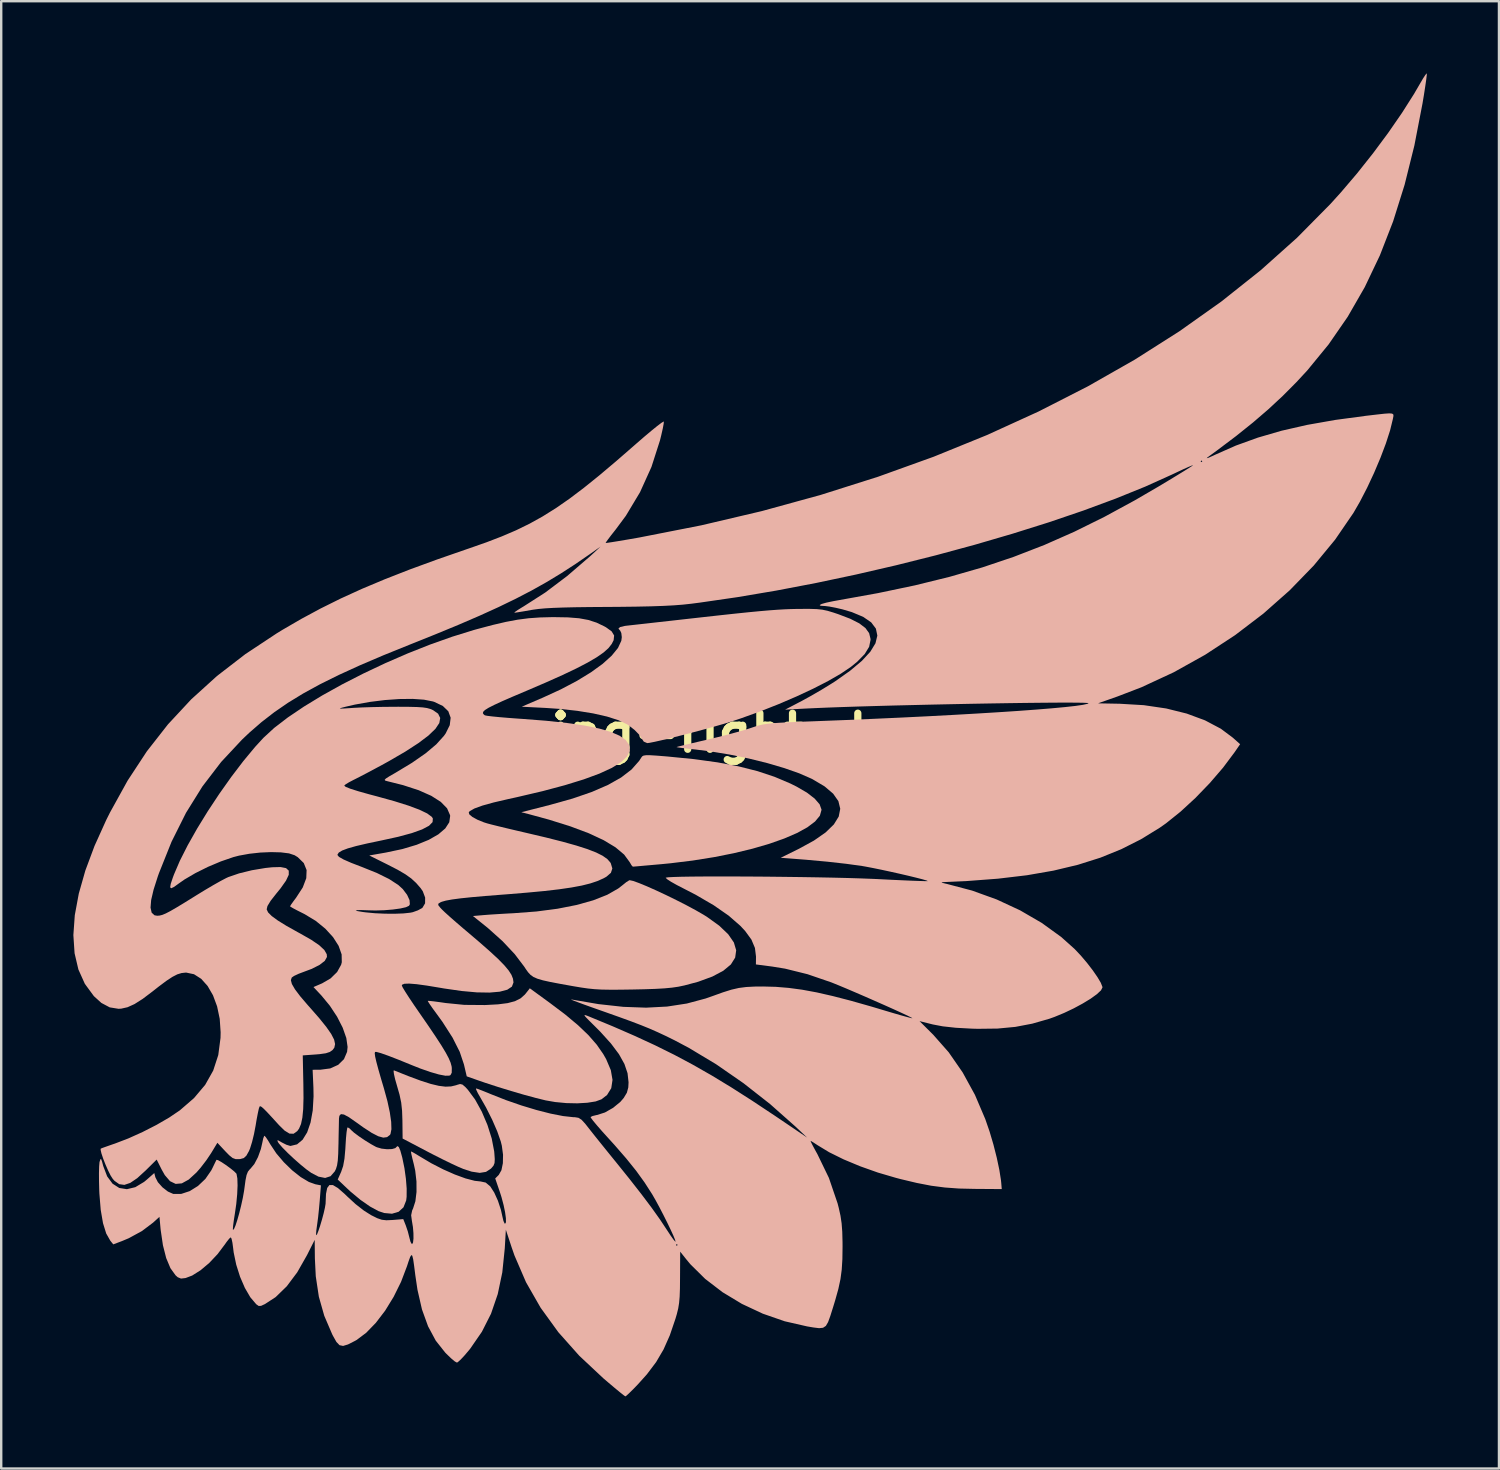
<source format=kicad_pcb>
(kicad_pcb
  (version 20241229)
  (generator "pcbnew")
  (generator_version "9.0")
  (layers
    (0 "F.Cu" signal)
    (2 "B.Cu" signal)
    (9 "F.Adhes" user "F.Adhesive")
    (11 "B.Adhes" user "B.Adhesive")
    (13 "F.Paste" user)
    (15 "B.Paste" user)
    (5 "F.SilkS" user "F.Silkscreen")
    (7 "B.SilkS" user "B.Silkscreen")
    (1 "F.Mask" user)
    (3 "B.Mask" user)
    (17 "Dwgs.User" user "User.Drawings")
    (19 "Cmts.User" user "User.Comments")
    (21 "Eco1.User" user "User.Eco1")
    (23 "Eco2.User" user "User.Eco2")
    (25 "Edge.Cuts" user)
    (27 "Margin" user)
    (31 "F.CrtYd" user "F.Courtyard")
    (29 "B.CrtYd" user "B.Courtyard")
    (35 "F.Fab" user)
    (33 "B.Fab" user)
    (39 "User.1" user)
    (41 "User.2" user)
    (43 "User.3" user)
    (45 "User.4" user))
  (footprint "wing-right-large"
    (layer "F.Cu")
    (at 28.146 27.42)
    (property "Reference" "wing-right-large" (at 0 0 0) (layer "F.SilkS") (effects (font (size 1.5 1.5) (thickness 0.3))))
    (attr board_only exclude_from_pos_files exclude_from_bom)
    (fp_poly (pts (xy -16.662 16.442) (xy -16.599 16.507) (xy -16.478 16.617) (xy -16.275 16.768) (xy -16.03 16.934) (xy -15.783 17.088) (xy -15.576 17.202) (xy -15.529 17.223) (xy -15.333 17.28) (xy -15.106 17.305) (xy -14.9 17.298) (xy -14.763 17.259) (xy -14.74 17.238) (xy -14.677 17.175) (xy -14.618 17.212) (xy -14.554 17.361) (xy -14.478 17.635) (xy -14.468 17.678) (xy -14.382 18.098) (xy -14.322 18.533) (xy -14.29 18.942) (xy -14.292 19.283) (xy -14.31 19.433) (xy -14.422 19.719) (xy -14.625 19.905) (xy -14.9 19.986) (xy -15.232 19.956) (xy -15.462 19.877) (xy -15.811 19.688) (xy -16.209 19.411) (xy -16.619 19.071) (xy -16.757 18.943) (xy -17.156 18.565) (xy -17.012 18.24) (xy -16.931 18.003) (xy -16.876 17.699) (xy -16.84 17.297) (xy -16.832 17.155) (xy -16.813 16.847) (xy -16.789 16.598) (xy -16.764 16.439) (xy -16.744 16.394)) (stroke (width 0) (type solid)) (fill yes) (layer "B.SilkS"))
    (fp_poly (pts (xy -14.205 14.271) (xy -13.7 14.458) (xy -13.288 14.59) (xy -12.952 14.67) (xy -12.676 14.704) (xy -12.443 14.694) (xy -12.237 14.645) (xy -12.194 14.629) (xy -12.071 14.594) (xy -11.971 14.617) (xy -11.853 14.717) (xy -11.745 14.835) (xy -11.446 15.239) (xy -11.169 15.74) (xy -10.933 16.294) (xy -10.755 16.858) (xy -10.653 17.388) (xy -10.646 17.46) (xy -10.628 17.717) (xy -10.637 17.879) (xy -10.682 17.991) (xy -10.774 18.097) (xy -10.787 18.111) (xy -10.992 18.246) (xy -11.253 18.288) (xy -11.589 18.237) (xy -11.926 18.128) (xy -12.135 18.04) (xy -12.435 17.901) (xy -12.794 17.726) (xy -13.18 17.531) (xy -13.404 17.415) (xy -14.459 16.861) (xy -14.467 16.117) (xy -14.481 15.706) (xy -14.517 15.368) (xy -14.587 15.035) (xy -14.688 14.683) (xy -14.77 14.396) (xy -14.82 14.176) (xy -14.835 14.048) (xy -14.82 14.026)) (stroke (width 0) (type solid)) (fill yes) (layer "B.SilkS"))
    (fp_poly (pts (xy -8.332 11.227) (xy -7.691 11.711) (xy -7.164 12.152) (xy -6.735 12.562) (xy -6.391 12.956) (xy -6.118 13.349) (xy -5.997 13.561) (xy -5.803 14.018) (xy -5.733 14.422) (xy -5.785 14.767) (xy -5.96 15.05) (xy -6.192 15.23) (xy -6.434 15.318) (xy -6.78 15.373) (xy -7.198 15.397) (xy -7.654 15.387) (xy -8.117 15.343) (xy -8.514 15.274) (xy -8.913 15.176) (xy -9.404 15.043) (xy -9.946 14.885) (xy -10.498 14.715) (xy -11.018 14.546) (xy -11.297 14.45) (xy -11.793 14.275) (xy -11.91 13.777) (xy -12.086 13.253) (xy -12.384 12.664) (xy -12.8 12.014) (xy -13.023 11.706) (xy -13.196 11.471) (xy -13.328 11.282) (xy -13.403 11.164) (xy -13.413 11.138) (xy -13.339 11.139) (xy -13.156 11.159) (xy -12.894 11.194) (xy -12.659 11.228) (xy -11.894 11.304) (xy -11.04 11.311) (xy -11.011 11.31) (xy -10.493 11.282) (xy -10.093 11.231) (xy -9.789 11.151) (xy -9.558 11.035) (xy -9.379 10.877) (xy -9.334 10.823) (xy -9.171 10.615)) (stroke (width 0) (type solid)) (fill yes) (layer "B.SilkS"))
    (fp_poly (pts (xy -4.163 0.926) (xy -3.901 0.942) (xy -3.526 0.972) (xy -3.444 0.979) (xy -2.343 1.088) (xy -1.364 1.223) (xy -0.49 1.389) (xy 0.293 1.587) (xy 1.003 1.823) (xy 1.657 2.1) (xy 1.913 2.227) (xy 2.347 2.479) (xy 2.671 2.729) (xy 2.877 2.967) (xy 2.955 3.185) (xy 2.955 3.201) (xy 2.887 3.44) (xy 2.687 3.681) (xy 2.368 3.922) (xy 1.938 4.159) (xy 1.407 4.388) (xy 0.787 4.607) (xy 0.086 4.811) (xy -0.686 4.998) (xy -1.517 5.163) (xy -2.399 5.304) (xy -3.32 5.417) (xy -3.677 5.452) (xy -4.069 5.487) (xy -4.41 5.517) (xy -4.676 5.541) (xy -4.843 5.555) (xy -4.889 5.558) (xy -4.941 5.503) (xy -5.02 5.37) (xy -5.023 5.365) (xy -5.25 5.056) (xy -5.608 4.755) (xy -6.097 4.46) (xy -6.719 4.17) (xy -7.478 3.885) (xy -8.373 3.604) (xy -9.212 3.375) (xy -9.524 3.295) (xy -8.333 2.991) (xy -7.395 2.728) (xy -6.593 2.452) (xy -5.92 2.16) (xy -5.372 1.85) (xy -4.942 1.519) (xy -4.627 1.163) (xy -4.535 1.021) (xy -4.498 0.972) (xy -4.439 0.94) (xy -4.335 0.925)) (stroke (width 0) (type solid)) (fill yes) (layer "B.SilkS"))
    (fp_poly (pts (xy -4.872 6.153) (xy -4.626 6.242) (xy -4.301 6.376) (xy -3.919 6.546) (xy -3.504 6.74) (xy -3.078 6.949) (xy -2.663 7.16) (xy -2.282 7.365) (xy -1.958 7.551) (xy -1.811 7.642) (xy -1.297 8.012) (xy -0.923 8.369) (xy -0.688 8.71) (xy -0.592 9.034) (xy -0.634 9.339) (xy -0.813 9.624) (xy -1.13 9.887) (xy -1.583 10.127) (xy -2.172 10.343) (xy -2.744 10.496) (xy -2.991 10.548) (xy -3.257 10.587) (xy -3.567 10.617) (xy -3.947 10.639) (xy -4.422 10.655) (xy -4.89 10.665) (xy -5.422 10.673) (xy -5.844 10.674) (xy -6.186 10.668) (xy -6.481 10.651) (xy -6.757 10.623) (xy -7.046 10.581) (xy -7.379 10.525) (xy -7.39 10.523) (xy -7.914 10.429) (xy -8.319 10.352) (xy -8.625 10.284) (xy -8.851 10.218) (xy -9.016 10.146) (xy -9.139 10.059) (xy -9.241 9.95) (xy -9.34 9.812) (xy -9.404 9.714) (xy -9.796 9.197) (xy -10.3 8.66) (xy -10.895 8.126) (xy -11.027 8.018) (xy -11.535 7.61) (xy -11.097 7.572) (xy -10.84 7.552) (xy -10.494 7.53) (xy -10.111 7.507) (xy -9.854 7.494) (xy -8.897 7.422) (xy -8.017 7.307) (xy -7.226 7.151) (xy -6.535 6.957) (xy -5.954 6.728) (xy -5.496 6.467) (xy -5.323 6.333) (xy -5.165 6.205) (xy -5.046 6.13) (xy -5.018 6.121)) (stroke (width 0) (type solid)) (fill yes) (layer "B.SilkS"))
    (fp_poly (pts (xy 2.754 -5.149) (xy 2.987 -5.125) (xy 3.204 -5.079) (xy 3.447 -5.006) (xy 3.65 -4.938) (xy 4.153 -4.746) (xy 4.526 -4.556) (xy 4.783 -4.36) (xy 4.935 -4.148) (xy 4.993 -3.911) (xy 4.994 -3.869) (xy 4.935 -3.581) (xy 4.75 -3.279) (xy 4.435 -2.957) (xy 4.174 -2.745) (xy 3.76 -2.465) (xy 3.231 -2.16) (xy 2.609 -1.841) (xy 1.913 -1.516) (xy 1.167 -1.196) (xy 0.39 -0.889) (xy -0.395 -0.607) (xy -0.811 -0.469) (xy -1.123 -0.374) (xy -1.506 -0.264) (xy -1.936 -0.145) (xy -2.39 -0.024) (xy -2.845 0.094) (xy -3.277 0.203) (xy -3.662 0.296) (xy -3.976 0.367) (xy -4.198 0.411) (xy -4.291 0.422) (xy -4.434 0.36) (xy -4.498 0.264) (xy -4.615 0.082) (xy -4.818 -0.126) (xy -5.068 -0.32) (xy -5.136 -0.363) (xy -5.489 -0.531) (xy -5.962 -0.682) (xy -6.539 -0.813) (xy -7.199 -0.92) (xy -7.924 -1) (xy -8.508 -1.04) (xy -9.507 -1.091) (xy -8.632 -1.467) (xy -7.879 -1.813) (xy -7.208 -2.167) (xy -6.626 -2.523) (xy -6.143 -2.873) (xy -5.767 -3.213) (xy -5.505 -3.534) (xy -5.367 -3.832) (xy -5.347 -3.982) (xy -5.367 -4.153) (xy -5.414 -4.254) (xy -5.418 -4.257) (xy -5.488 -4.336) (xy -5.421 -4.401) (xy -5.217 -4.45) (xy -5.119 -4.462) (xy -4.949 -4.481) (xy -4.662 -4.513) (xy -4.282 -4.555) (xy -3.832 -4.606) (xy -3.335 -4.661) (xy -2.885 -4.712) (xy -2.01 -4.81) (xy -1.261 -4.893) (xy -0.624 -4.962) (xy -0.082 -5.018) (xy 0.377 -5.062) (xy 0.767 -5.096) (xy 1.105 -5.121) (xy 1.402 -5.139) (xy 1.675 -5.15) (xy 1.937 -5.156) (xy 2.076 -5.157) (xy 2.464 -5.158)) (stroke (width 0) (type solid)) (fill yes) (layer "B.SilkS"))
    (fp_poly (pts (xy -7.589 -4.805) (xy -7.124 -4.768) (xy -6.737 -4.697) (xy -6.396 -4.586) (xy -6.071 -4.43) (xy -6.003 -4.392) (xy -5.769 -4.223) (xy -5.666 -4.052) (xy -5.686 -3.857) (xy -5.767 -3.698) (xy -5.903 -3.525) (xy -6.109 -3.342) (xy -6.394 -3.144) (xy -6.766 -2.926) (xy -7.236 -2.682) (xy -7.811 -2.408) (xy -8.502 -2.099) (xy -9.312 -1.751) (xy -9.874 -1.513) (xy -10.317 -1.32) (xy -10.65 -1.166) (xy -10.887 -1.046) (xy -11.037 -0.952) (xy -11.111 -0.877) (xy -11.121 -0.816) (xy -11.078 -0.761) (xy -11.036 -0.732) (xy -10.944 -0.713) (xy -10.734 -0.687) (xy -10.428 -0.657) (xy -10.048 -0.625) (xy -9.617 -0.593) (xy -9.506 -0.586) (xy -8.501 -0.508) (xy -7.633 -0.415) (xy -6.896 -0.308) (xy -6.286 -0.184) (xy -5.801 -0.043) (xy -5.434 0.117) (xy -5.183 0.295) (xy -5.043 0.494) (xy -5.034 0.517) (xy -5.018 0.749) (xy -5.132 0.982) (xy -5.38 1.216) (xy -5.76 1.452) (xy -6.275 1.689) (xy -6.926 1.929) (xy -7.714 2.172) (xy -8.64 2.419) (xy -9.706 2.669) (xy -10.061 2.747) (xy -10.673 2.889) (xy -11.144 3.02) (xy -11.476 3.141) (xy -11.669 3.252) (xy -11.709 3.298) (xy -11.688 3.383) (xy -11.558 3.492) (xy -11.346 3.608) (xy -11.077 3.717) (xy -10.941 3.76) (xy -10.757 3.809) (xy -10.466 3.881) (xy -10.098 3.97) (xy -9.683 4.068) (xy -9.323 4.152) (xy -8.502 4.345) (xy -7.811 4.52) (xy -7.239 4.68) (xy -6.777 4.828) (xy -6.414 4.969) (xy -6.142 5.106) (xy -5.949 5.242) (xy -5.826 5.382) (xy -5.803 5.422) (xy -5.74 5.635) (xy -5.8 5.815) (xy -5.989 5.978) (xy -6.108 6.044) (xy -6.359 6.156) (xy -6.655 6.255) (xy -7.01 6.344) (xy -7.438 6.424) (xy -7.95 6.499) (xy -8.561 6.57) (xy -9.283 6.638) (xy -10.131 6.708) (xy -10.308 6.721) (xy -11.016 6.777) (xy -11.595 6.828) (xy -12.055 6.876) (xy -12.407 6.923) (xy -12.663 6.97) (xy -12.832 7.018) (xy -12.889 7.043) (xy -12.973 7.097) (xy -12.978 7.156) (xy -12.897 7.26) (xy -12.83 7.332) (xy -12.706 7.452) (xy -12.498 7.64) (xy -12.231 7.874) (xy -11.93 8.133) (xy -11.785 8.255) (xy -11.254 8.707) (xy -10.825 9.084) (xy -10.488 9.396) (xy -10.234 9.655) (xy -10.053 9.871) (xy -9.935 10.054) (xy -9.871 10.216) (xy -9.85 10.366) (xy -9.85 10.373) (xy -9.916 10.546) (xy -10.108 10.674) (xy -10.42 10.756) (xy -10.845 10.793) (xy -11.376 10.784) (xy -12.006 10.727) (xy -12.729 10.623) (xy -12.891 10.595) (xy -13.447 10.503) (xy -13.875 10.444) (xy -14.184 10.419) (xy -14.382 10.426) (xy -14.479 10.465) (xy -14.492 10.501) (xy -14.453 10.585) (xy -14.345 10.763) (xy -14.182 11.016) (xy -13.977 11.322) (xy -13.779 11.609) (xy -13.394 12.166) (xy -13.086 12.622) (xy -12.846 12.991) (xy -12.668 13.286) (xy -12.543 13.52) (xy -12.464 13.706) (xy -12.423 13.857) (xy -12.414 13.928) (xy -12.417 14.125) (xy -12.469 14.223) (xy -12.515 14.245) (xy -12.681 14.249) (xy -12.953 14.197) (xy -13.307 14.095) (xy -13.724 13.949) (xy -14.051 13.819) (xy -14.613 13.59) (xy -15.051 13.42) (xy -15.363 13.31) (xy -15.549 13.259) (xy -15.606 13.261) (xy -15.618 13.319) (xy -15.601 13.451) (xy -15.551 13.67) (xy -15.466 13.989) (xy -15.342 14.42) (xy -15.236 14.776) (xy -15.092 15.302) (xy -14.991 15.771) (xy -14.934 16.168) (xy -14.924 16.474) (xy -14.963 16.672) (xy -14.986 16.71) (xy -15.105 16.802) (xy -15.262 16.823) (xy -15.469 16.766) (xy -15.74 16.627) (xy -16.09 16.399) (xy -16.403 16.175) (xy -16.694 15.972) (xy -16.896 15.863) (xy -17.023 15.845) (xy -17.087 15.915) (xy -17.104 16.025) (xy -17.107 16.168) (xy -17.112 16.418) (xy -17.119 16.739) (xy -17.125 17.096) (xy -17.126 17.104) (xy -17.136 17.496) (xy -17.154 17.776) (xy -17.184 17.976) (xy -17.229 18.124) (xy -17.281 18.229) (xy -17.456 18.427) (xy -17.679 18.499) (xy -17.957 18.444) (xy -18.256 18.288) (xy -18.457 18.144) (xy -18.705 17.941) (xy -18.971 17.707) (xy -19.227 17.467) (xy -19.445 17.247) (xy -19.596 17.074) (xy -19.64 17.009) (xy -19.669 16.938) (xy -19.628 16.939) (xy -19.494 17.015) (xy -19.475 17.026) (xy -19.29 17.119) (xy -19.136 17.166) (xy -19.117 17.168) (xy -18.847 17.102) (xy -18.616 16.91) (xy -18.427 16.604) (xy -18.286 16.195) (xy -18.195 15.692) (xy -18.161 15.108) (xy -18.167 14.74) (xy -18.2 14.002) (xy -17.878 14) (xy -17.468 13.946) (xy -17.136 13.796) (xy -16.897 13.561) (xy -16.767 13.256) (xy -16.746 13.054) (xy -16.799 12.682) (xy -16.949 12.254) (xy -17.182 11.797) (xy -17.483 11.341) (xy -17.836 10.913) (xy -17.845 10.904) (xy -18.164 10.563) (xy -17.806 10.409) (xy -17.453 10.204) (xy -17.181 9.937) (xy -17.015 9.637) (xy -16.987 9.532) (xy -16.994 9.205) (xy -17.119 8.851) (xy -17.35 8.489) (xy -17.672 8.137) (xy -18.07 7.812) (xy -18.53 7.534) (xy -18.593 7.502) (xy -18.838 7.379) (xy -19.026 7.279) (xy -19.128 7.217) (xy -19.138 7.206) (xy -19.099 7.14) (xy -18.997 6.996) (xy -18.889 6.852) (xy -18.61 6.423) (xy -18.464 6.038) (xy -18.45 5.7) (xy -18.568 5.408) (xy -18.818 5.164) (xy -18.951 5.082) (xy -18.979 5.073) (xy -17.168 5.073) (xy -17.105 5.151) (xy -16.916 5.259) (xy -16.597 5.399) (xy -16.174 5.562) (xy -15.531 5.82) (xy -15.019 6.073) (xy -14.64 6.319) (xy -14.453 6.489) (xy -14.273 6.728) (xy -14.171 6.948) (xy -14.158 7.121) (xy -14.193 7.185) (xy -14.319 7.244) (xy -14.554 7.297) (xy -14.864 7.34) (xy -15.218 7.369) (xy -15.584 7.38) (xy -15.844 7.374) (xy -16.165 7.363) (xy -16.354 7.365) (xy -16.41 7.38) (xy -16.331 7.406) (xy -16.115 7.442) (xy -15.992 7.458) (xy -15.613 7.494) (xy -15.199 7.513) (xy -14.788 7.516) (xy -14.42 7.502) (xy -14.134 7.471) (xy -14.037 7.451) (xy -13.825 7.375) (xy -13.657 7.284) (xy -13.632 7.264) (xy -13.525 7.082) (xy -13.522 6.844) (xy -13.619 6.584) (xy -13.708 6.453) (xy -13.897 6.236) (xy -14.1 6.049) (xy -14.347 5.873) (xy -14.667 5.686) (xy -15.089 5.469) (xy -15.845 5.093) (xy -15.151 4.971) (xy -14.47 4.827) (xy -13.875 4.649) (xy -13.372 4.443) (xy -12.973 4.215) (xy -12.685 3.969) (xy -12.519 3.712) (xy -12.482 3.448) (xy -12.488 3.414) (xy -12.611 3.132) (xy -12.872 2.865) (xy -13.266 2.614) (xy -13.79 2.381) (xy -14.441 2.169) (xy -15.087 2.007) (xy -15.179 1.982) (xy -15.206 1.949) (xy -15.153 1.893) (xy -15.005 1.799) (xy -14.763 1.66) (xy -14.065 1.238) (xy -13.499 0.844) (xy -13.06 0.474) (xy -12.742 0.122) (xy -12.67 0.021) (xy -12.499 -0.324) (xy -12.462 -0.633) (xy -12.559 -0.901) (xy -12.787 -1.122) (xy -13.145 -1.292) (xy -13.201 -1.31) (xy -13.568 -1.383) (xy -14.041 -1.416) (xy -14.593 -1.41) (xy -15.196 -1.368) (xy -15.822 -1.29) (xy -16.443 -1.179) (xy -16.816 -1.093) (xy -16.986 -1.049) (xy -17.067 -1.023) (xy -17.047 -1.012) (xy -16.914 -1.016) (xy -16.658 -1.032) (xy -16.499 -1.043) (xy -16.172 -1.06) (xy -15.751 -1.074) (xy -15.281 -1.084) (xy -14.81 -1.088) (xy -14.635 -1.089) (xy -14.19 -1.086) (xy -13.86 -1.078) (xy -13.619 -1.062) (xy -13.444 -1.036) (xy -13.307 -0.997) (xy -13.193 -0.948) (xy -12.983 -0.801) (xy -12.896 -0.623) (xy -12.933 -0.414) (xy -13.095 -0.171) (xy -13.384 0.107) (xy -13.802 0.422) (xy -14.349 0.777) (xy -15.029 1.172) (xy -15.233 1.285) (xy -15.587 1.476) (xy -15.937 1.663) (xy -16.244 1.823) (xy -16.47 1.938) (xy -16.482 1.943) (xy -16.69 2.052) (xy -16.836 2.142) (xy -16.886 2.19) (xy -16.823 2.242) (xy -16.633 2.318) (xy -16.311 2.42) (xy -15.857 2.548) (xy -15.514 2.639) (xy -14.803 2.836) (xy -14.218 3.02) (xy -13.762 3.19) (xy -13.437 3.346) (xy -13.247 3.486) (xy -13.202 3.554) (xy -13.213 3.706) (xy -13.361 3.858) (xy -13.648 4.01) (xy -14.075 4.163) (xy -14.64 4.316) (xy -15.339 4.469) (xy -15.929 4.593) (xy -16.391 4.701) (xy -16.735 4.798) (xy -16.972 4.887) (xy -17.112 4.972) (xy -17.166 5.056) (xy -17.168 5.073) (xy -18.979 5.073) (xy -19.182 5.006) (xy -19.518 4.964) (xy -19.927 4.953) (xy -20.374 4.972) (xy -20.83 5.022) (xy -21.26 5.1) (xy -21.495 5.161) (xy -22.014 5.34) (xy -22.554 5.568) (xy -23.072 5.826) (xy -23.525 6.091) (xy -23.764 6.258) (xy -23.96 6.4) (xy -24.078 6.456) (xy -24.122 6.417) (xy -24.098 6.272) (xy -24.011 6.011) (xy -23.961 5.877) (xy -23.718 5.311) (xy -23.393 4.669) (xy -23.001 3.975) (xy -22.558 3.254) (xy -22.079 2.53) (xy -21.581 1.827) (xy -21.08 1.169) (xy -20.592 0.581) (xy -20.245 0.203) (xy -19.798 -0.209) (xy -19.23 -0.645) (xy -18.56 -1.097) (xy -17.803 -1.558) (xy -16.977 -2.017) (xy -16.098 -2.467) (xy -15.182 -2.9) (xy -14.248 -3.306) (xy -13.311 -3.677) (xy -12.388 -4.004) (xy -11.497 -4.28) (xy -11.357 -4.319) (xy -10.711 -4.49) (xy -10.162 -4.618) (xy -9.675 -4.709) (xy -9.216 -4.769) (xy -8.749 -4.802) (xy -8.24 -4.815) (xy -8.162 -4.815)) (stroke (width 0) (type solid)) (fill yes) (layer "B.SilkS"))
    (fp_poly (pts (xy 28.118 -27.42) (xy 28.116 -27.345) (xy 28.093 -27.154) (xy 28.052 -26.87) (xy 27.997 -26.515) (xy 27.939 -26.167) (xy 27.601 -24.419) (xy 27.195 -22.788) (xy 26.718 -21.268) (xy 26.167 -19.852) (xy 25.538 -18.532) (xy 24.829 -17.3) (xy 24.035 -16.151) (xy 23.154 -15.076) (xy 22.698 -14.583) (xy 22.126 -14.008) (xy 21.533 -13.457) (xy 20.896 -12.909) (xy 20.193 -12.345) (xy 19.399 -11.746) (xy 18.993 -11.45) (xy 18.969 -11.42) (xy 19.053 -11.446) (xy 19.229 -11.523) (xy 19.314 -11.564) (xy 20.181 -11.947) (xy 21.097 -12.278) (xy 22.08 -12.564) (xy 23.146 -12.807) (xy 24.314 -13.013) (xy 25.601 -13.186) (xy 25.646 -13.191) (xy 26.065 -13.24) (xy 26.363 -13.273) (xy 26.559 -13.286) (xy 26.673 -13.277) (xy 26.724 -13.244) (xy 26.732 -13.182) (xy 26.715 -13.09) (xy 26.703 -13.034) (xy 26.592 -12.579) (xy 26.417 -12.036) (xy 26.191 -11.438) (xy 25.927 -10.814) (xy 25.638 -10.195) (xy 25.337 -9.613) (xy 25.068 -9.147) (xy 24.305 -8.034) (xy 23.418 -6.959) (xy 22.421 -5.932) (xy 21.327 -4.964) (xy 20.15 -4.067) (xy 18.903 -3.25) (xy 17.601 -2.524) (xy 16.257 -1.9) (xy 15.263 -1.518) (xy 14.449 -1.231) (xy 15.358 -1.214) (xy 16.354 -1.155) (xy 17.285 -1.018) (xy 18.137 -0.806) (xy 18.898 -0.524) (xy 19.556 -0.176) (xy 20.051 0.194) (xy 20.358 0.467) (xy 20.126 0.804) (xy 19.65 1.44) (xy 19.096 2.084) (xy 18.496 2.705) (xy 17.879 3.273) (xy 17.276 3.757) (xy 17.013 3.942) (xy 16.236 4.419) (xy 15.418 4.832) (xy 14.548 5.185) (xy 13.612 5.481) (xy 12.599 5.723) (xy 11.497 5.915) (xy 10.291 6.058) (xy 8.972 6.158) (xy 8.057 6.199) (xy 7.951 6.208) (xy 7.964 6.227) (xy 8.103 6.262) (xy 8.162 6.275) (xy 9.214 6.552) (xy 10.238 6.922) (xy 11.211 7.374) (xy 12.111 7.897) (xy 12.916 8.479) (xy 13.475 8.979) (xy 13.735 9.254) (xy 13.993 9.558) (xy 14.229 9.864) (xy 14.426 10.149) (xy 14.567 10.387) (xy 14.632 10.554) (xy 14.635 10.58) (xy 14.573 10.701) (xy 14.401 10.861) (xy 14.142 11.048) (xy 13.815 11.247) (xy 13.443 11.448) (xy 13.046 11.637) (xy 12.647 11.802) (xy 12.425 11.882) (xy 11.716 12.085) (xy 11.012 12.219) (xy 10.272 12.289) (xy 9.454 12.299) (xy 9.219 12.293) (xy 8.542 12.256) (xy 7.994 12.196) (xy 7.579 12.117) (xy 7.03 11.979) (xy 7.602 12.548) (xy 8.242 13.274) (xy 8.823 14.113) (xy 9.334 15.045) (xy 9.763 16.051) (xy 9.942 16.57) (xy 10.102 17.11) (xy 10.24 17.655) (xy 10.348 18.164) (xy 10.416 18.596) (xy 10.428 18.716) (xy 10.448 18.962) (xy 9.323 18.954) (xy 8.67 18.939) (xy 8.082 18.896) (xy 7.513 18.822) (xy 6.918 18.707) (xy 6.25 18.548) (xy 6.052 18.496) (xy 5.296 18.274) (xy 4.561 18.013) (xy 3.877 17.728) (xy 3.274 17.43) (xy 2.794 17.139) (xy 2.629 17.031) (xy 2.52 16.965) (xy 2.5 16.957) (xy 2.52 17.013) (xy 2.596 17.164) (xy 2.714 17.383) (xy 2.781 17.502) (xy 3.263 18.498) (xy 3.623 19.554) (xy 3.673 19.747) (xy 3.744 20.068) (xy 3.791 20.384) (xy 3.818 20.736) (xy 3.829 21.17) (xy 3.83 21.354) (xy 3.823 21.873) (xy 3.796 22.308) (xy 3.743 22.706) (xy 3.655 23.115) (xy 3.525 23.582) (xy 3.439 23.864) (xy 3.322 24.235) (xy 3.229 24.491) (xy 3.137 24.649) (xy 3.02 24.727) (xy 2.856 24.744) (xy 2.621 24.715) (xy 2.355 24.67) (xy 1.424 24.457) (xy 0.514 24.141) (xy -0.355 23.734) (xy -1.16 23.248) (xy -1.881 22.695) (xy -2.495 22.088) (xy -2.668 21.88) (xy -2.92 21.562) (xy -2.926 22.654) (xy -2.93 23.095) (xy -2.942 23.43) (xy -2.965 23.695) (xy -3.002 23.925) (xy -3.059 24.157) (xy -3.117 24.354) (xy -3.351 25.042) (xy -3.612 25.629) (xy -3.921 26.155) (xy -4.301 26.659) (xy -4.67 27.071) (xy -4.878 27.286) (xy -5.051 27.456) (xy -5.165 27.559) (xy -5.198 27.58) (xy -5.263 27.536) (xy -5.416 27.415) (xy -5.638 27.232) (xy -5.909 27.003) (xy -6.113 26.829) (xy -7.116 25.889) (xy -7.985 24.912) (xy -8.722 23.894) (xy -9.329 22.834) (xy -9.807 21.726) (xy -9.93 21.373) (xy -9.959 21.284) (xy -3.096 21.284) (xy -3.061 21.319) (xy -3.025 21.284) (xy -3.061 21.249) (xy -3.096 21.284) (xy -9.959 21.284) (xy -10.167 20.651) (xy -10.212 21.427) (xy -10.315 22.427) (xy -10.504 23.327) (xy -10.784 24.144) (xy -11.163 24.893) (xy -11.644 25.59) (xy -11.682 25.638) (xy -11.875 25.867) (xy -12.043 26.047) (xy -12.163 26.155) (xy -12.202 26.174) (xy -12.29 26.126) (xy -12.443 25.998) (xy -12.632 25.816) (xy -12.691 25.755) (xy -13.082 25.261) (xy -13.401 24.666) (xy -13.654 23.965) (xy -13.841 23.149) (xy -13.93 22.55) (xy -13.981 22.148) (xy -14.02 21.878) (xy -14.057 21.733) (xy -14.097 21.705) (xy -14.146 21.787) (xy -14.213 21.971) (xy -14.277 22.168) (xy -14.524 22.818) (xy -14.832 23.441) (xy -15.186 24.017) (xy -15.572 24.522) (xy -15.973 24.936) (xy -16.374 25.236) (xy -16.44 25.273) (xy -16.729 25.42) (xy -16.933 25.482) (xy -17.082 25.451) (xy -17.211 25.316) (xy -17.35 25.069) (xy -17.385 25.001) (xy -17.716 24.229) (xy -17.941 23.435) (xy -18.069 22.587) (xy -18.106 21.847) (xy -18.114 21.073) (xy -18.433 21.707) (xy -18.839 22.421) (xy -19.275 23.003) (xy -19.737 23.452) (xy -20.182 23.742) (xy -20.343 23.816) (xy -20.441 23.821) (xy -20.535 23.756) (xy -20.551 23.741) (xy -20.79 23.459) (xy -21.017 23.069) (xy -21.217 22.606) (xy -21.376 22.103) (xy -21.482 21.595) (xy -21.502 21.43) (xy -21.533 21.196) (xy -21.569 21.029) (xy -21.601 20.967) (xy -21.666 21.021) (xy -21.775 21.158) (xy -21.845 21.258) (xy -22.152 21.666) (xy -22.498 22.033) (xy -22.859 22.337) (xy -23.207 22.556) (xy -23.482 22.66) (xy -23.671 22.682) (xy -23.808 22.626) (xy -23.898 22.546) (xy -24.111 22.25) (xy -24.287 21.83) (xy -24.423 21.296) (xy -24.516 20.662) (xy -24.523 20.595) (xy -24.567 20.117) (xy -24.834 20.358) (xy -25.295 20.706) (xy -25.842 21.004) (xy -26.12 21.121) (xy -26.487 21.26) (xy -26.611 21.107) (xy -26.781 20.808) (xy -26.914 20.379) (xy -27.009 19.826) (xy -27.064 19.155) (xy -27.07 19.022) (xy -27.08 18.645) (xy -27.082 18.302) (xy -27.075 18.028) (xy -27.061 17.852) (xy -27.055 17.826) (xy -27.023 17.723) (xy -26.995 17.712) (xy -26.957 17.81) (xy -26.903 18.008) (xy -26.741 18.434) (xy -26.516 18.738) (xy -26.238 18.916) (xy -25.92 18.966) (xy -25.572 18.883) (xy -25.206 18.663) (xy -25.101 18.576) (xy -24.782 18.295) (xy -24.738 18.469) (xy -24.633 18.675) (xy -24.443 18.888) (xy -24.215 19.065) (xy -23.996 19.162) (xy -23.991 19.163) (xy -23.66 19.162) (xy -23.309 19.046) (xy -22.966 18.832) (xy -22.658 18.539) (xy -22.412 18.183) (xy -22.366 18.093) (xy -22.275 17.904) (xy -22.212 17.775) (xy -22.195 17.744) (xy -22.128 17.761) (xy -21.987 17.841) (xy -21.806 17.961) (xy -21.62 18.097) (xy -21.464 18.223) (xy -21.372 18.315) (xy -21.363 18.331) (xy -21.329 18.518) (xy -21.32 18.811) (xy -21.336 19.175) (xy -21.374 19.579) (xy -21.431 19.975) (xy -21.476 20.261) (xy -21.506 20.49) (xy -21.516 20.63) (xy -21.511 20.658) (xy -21.469 20.623) (xy -21.406 20.478) (xy -21.331 20.248) (xy -21.25 19.962) (xy -21.172 19.647) (xy -21.102 19.33) (xy -21.05 19.037) (xy -21.034 18.92) (xy -20.99 18.595) (xy -20.946 18.379) (xy -20.89 18.238) (xy -20.814 18.142) (xy -20.787 18.118) (xy -20.624 17.922) (xy -20.472 17.633) (xy -20.351 17.297) (xy -20.293 17.042) (xy -20.255 16.861) (xy -20.215 16.756) (xy -20.202 16.746) (xy -20.147 16.802) (xy -20.049 16.948) (xy -19.96 17.099) (xy -19.71 17.476) (xy -19.398 17.844) (xy -19.051 18.181) (xy -18.694 18.463) (xy -18.354 18.666) (xy -18.087 18.761) (xy -17.855 18.807) (xy -17.905 19.447) (xy -17.936 19.791) (xy -17.972 20.134) (xy -18.009 20.414) (xy -18.017 20.47) (xy -18.047 20.686) (xy -18.057 20.837) (xy -18.051 20.882) (xy -18.015 20.84) (xy -17.957 20.694) (xy -17.885 20.478) (xy -17.81 20.225) (xy -17.741 19.967) (xy -17.689 19.738) (xy -17.661 19.571) (xy -17.66 19.539) (xy -17.644 19.162) (xy -17.594 18.915) (xy -17.5 18.793) (xy -17.354 18.796) (xy -17.148 18.919) (xy -16.872 19.16) (xy -16.761 19.268) (xy -16.416 19.585) (xy -16.068 19.856) (xy -15.769 20.045) (xy -15.516 20.171) (xy -15.325 20.237) (xy -15.135 20.258) (xy -14.888 20.247) (xy -14.876 20.246) (xy -14.432 20.21) (xy -14.328 20.471) (xy -14.243 20.721) (xy -14.178 20.975) (xy -14.175 20.99) (xy -14.129 21.157) (xy -14.076 21.245) (xy -14.064 21.249) (xy -14.026 21.185) (xy -14.007 21.021) (xy -14.009 20.793) (xy -14.03 20.54) (xy -14.07 20.299) (xy -14.072 20.289) (xy -14.104 20.051) (xy -14.063 19.853) (xy -14.023 19.764) (xy -13.928 19.468) (xy -13.881 19.081) (xy -13.883 18.644) (xy -13.934 18.199) (xy -13.99 17.942) (xy -14.053 17.691) (xy -14.097 17.5) (xy -14.113 17.403) (xy -14.112 17.397) (xy -14.05 17.423) (xy -13.905 17.506) (xy -13.75 17.601) (xy -13.268 17.887) (xy -12.772 18.142) (xy -12.288 18.356) (xy -11.842 18.519) (xy -11.462 18.618) (xy -11.216 18.645) (xy -11.005 18.691) (xy -10.821 18.844) (xy -10.812 18.855) (xy -10.65 19.107) (xy -10.496 19.447) (xy -10.372 19.825) (xy -10.31 20.105) (xy -10.267 20.288) (xy -10.217 20.394) (xy -10.199 20.404) (xy -10.163 20.342) (xy -10.165 20.173) (xy -10.199 19.925) (xy -10.261 19.626) (xy -10.346 19.304) (xy -10.413 19.093) (xy -10.609 18.52) (xy -10.463 18.374) (xy -10.351 18.178) (xy -10.291 17.886) (xy -10.284 17.534) (xy -10.334 17.16) (xy -10.377 16.986) (xy -10.525 16.562) (xy -10.737 16.075) (xy -10.991 15.57) (xy -11.213 15.18) (xy -11.329 14.978) (xy -11.399 14.833) (xy -11.409 14.776) (xy -11.409 14.776) (xy -11.325 14.801) (xy -11.146 14.87) (xy -10.902 14.968) (xy -10.798 15.012) (xy -10.167 15.261) (xy -9.524 15.484) (xy -8.895 15.674) (xy -8.308 15.824) (xy -7.788 15.926) (xy -7.361 15.973) (xy -7.291 15.975) (xy -7.15 15.998) (xy -7.021 16.079) (xy -6.868 16.245) (xy -6.79 16.344) (xy -6.656 16.515) (xy -6.453 16.771) (xy -6.199 17.087) (xy -5.916 17.438) (xy -5.622 17.801) (xy -5.621 17.801) (xy -5.033 18.532) (xy -4.532 19.172) (xy -4.11 19.733) (xy -3.759 20.226) (xy -3.468 20.665) (xy -3.466 20.668) (xy -3.317 20.894) (xy -3.198 21.062) (xy -3.126 21.146) (xy -3.115 21.15) (xy -3.13 21.077) (xy -3.2 20.904) (xy -3.313 20.658) (xy -3.455 20.362) (xy -3.616 20.041) (xy -3.781 19.722) (xy -3.941 19.427) (xy -4.081 19.183) (xy -4.087 19.173) (xy -4.398 18.689) (xy -4.749 18.203) (xy -5.161 17.691) (xy -5.652 17.126) (xy -5.9 16.853) (xy -6.158 16.568) (xy -6.376 16.318) (xy -6.539 16.123) (xy -6.631 15.999) (xy -6.645 15.966) (xy -6.564 15.925) (xy -6.4 15.885) (xy -6.373 15.881) (xy -6.048 15.777) (xy -5.709 15.584) (xy -5.41 15.339) (xy -5.269 15.176) (xy -5.136 14.956) (xy -5.077 14.735) (xy -5.066 14.521) (xy -5.108 14.145) (xy -5.238 13.761) (xy -5.465 13.354) (xy -5.796 12.912) (xy -6.239 12.422) (xy -6.49 12.17) (xy -6.717 11.946) (xy -6.852 11.806) (xy -6.903 11.737) (xy -6.877 11.726) (xy -6.782 11.758) (xy -6.719 11.783) (xy -5.719 12.197) (xy -4.81 12.593) (xy -3.968 12.982) (xy -3.168 13.378) (xy -2.388 13.794) (xy -1.603 14.242) (xy -0.79 14.736) (xy 0.075 15.289) (xy 1.016 15.913) (xy 1.407 16.177) (xy 2.357 16.821) (xy 1.865 16.356) (xy 0.818 15.428) (xy -0.287 14.561) (xy -1.421 13.776) (xy -2.556 13.093) (xy -3.156 12.775) (xy -3.515 12.598) (xy -3.849 12.442) (xy -4.182 12.295) (xy -4.541 12.149) (xy -4.952 11.992) (xy -5.441 11.814) (xy -6.032 11.604) (xy -6.157 11.56) (xy -6.571 11.414) (xy -6.924 11.287) (xy -7.202 11.184) (xy -7.386 11.113) (xy -7.463 11.079) (xy -7.453 11.078) (xy -6.318 11.272) (xy -5.284 11.386) (xy -4.337 11.42) (xy -3.461 11.374) (xy -2.643 11.248) (xy -1.866 11.04) (xy -1.583 10.941) (xy -1.144 10.783) (xy -0.791 10.672) (xy -0.482 10.601) (xy -0.173 10.561) (xy 0.178 10.543) (xy 0.528 10.54) (xy 1.053 10.554) (xy 1.587 10.598) (xy 2.148 10.673) (xy 2.755 10.785) (xy 3.426 10.938) (xy 4.18 11.133) (xy 5.036 11.376) (xy 5.557 11.532) (xy 5.937 11.645) (xy 6.267 11.741) (xy 6.525 11.812) (xy 6.689 11.854) (xy 6.737 11.862) (xy 6.683 11.828) (xy 6.52 11.747) (xy 6.267 11.629) (xy 5.945 11.482) (xy 5.572 11.315) (xy 5.169 11.137) (xy 4.757 10.956) (xy 4.354 10.782) (xy 3.98 10.622) (xy 3.656 10.487) (xy 3.402 10.384) (xy 3.367 10.37) (xy 2.373 10.029) (xy 1.441 9.798) (xy 0.905 9.711) (xy 0.228 9.623) (xy 0.232 9.297) (xy 0.188 8.938) (xy 0.041 8.589) (xy -0.222 8.229) (xy -0.419 8.018) (xy -0.904 7.595) (xy -1.524 7.164) (xy -2.272 6.728) (xy -2.764 6.474) (xy -3.064 6.319) (xy -3.304 6.184) (xy -3.463 6.08) (xy -3.521 6.021) (xy -3.517 6.015) (xy -3.422 6) (xy -3.201 5.988) (xy -2.868 5.978) (xy -2.437 5.971) (xy -1.924 5.967) (xy -1.342 5.965) (xy -0.706 5.966) (xy -0.031 5.969) (xy 0.67 5.974) (xy 1.381 5.982) (xy 2.089 5.991) (xy 2.779 6.002) (xy 3.436 6.015) (xy 4.046 6.03) (xy 4.595 6.047) (xy 5.067 6.065) (xy 5.277 6.074) (xy 5.802 6.101) (xy 6.28 6.123) (xy 6.692 6.141) (xy 7.023 6.153) (xy 7.253 6.16) (xy 7.366 6.16) (xy 7.374 6.158) (xy 7.322 6.133) (xy 7.155 6.084) (xy 6.898 6.018) (xy 6.575 5.939) (xy 6.209 5.854) (xy 5.824 5.768) (xy 5.444 5.686) (xy 5.092 5.614) (xy 4.794 5.557) (xy 4.644 5.531) (xy 3.987 5.44) (xy 3.203 5.352) (xy 2.304 5.27) (xy 1.879 5.237) (xy 1.259 5.189) (xy 2.019 4.814) (xy 2.642 4.473) (xy 3.125 4.136) (xy 3.468 3.803) (xy 3.671 3.475) (xy 3.734 3.152) (xy 3.657 2.835) (xy 3.44 2.525) (xy 3.083 2.221) (xy 2.585 1.925) (xy 2.54 1.902) (xy 2.031 1.679) (xy 1.41 1.461) (xy 0.703 1.253) (xy -0.061 1.064) (xy -0.854 0.9) (xy -1.649 0.768) (xy -2.266 0.69) (xy -2.585 0.655) (xy -2.843 0.624) (xy -3.015 0.6) (xy -3.073 0.587) (xy -3.002 0.566) (xy -2.816 0.52) (xy -2.537 0.452) (xy -2.185 0.369) (xy -1.792 0.277) (xy -1.34 0.169) (xy -0.89 0.054) (xy -0.479 -0.057) (xy -0.142 -0.155) (xy 0.035 -0.213) (xy 0.201 -0.269) (xy 0.355 -0.315) (xy 0.515 -0.351) (xy 0.699 -0.38) (xy 0.928 -0.404) (xy 1.221 -0.425) (xy 1.595 -0.444) (xy 2.071 -0.465) (xy 2.668 -0.487) (xy 2.709 -0.489) (xy 3.925 -0.536) (xy 5.111 -0.587) (xy 6.258 -0.639) (xy 7.358 -0.693) (xy 8.403 -0.749) (xy 9.385 -0.805) (xy 10.296 -0.861) (xy 11.129 -0.916) (xy 11.874 -0.971) (xy 12.524 -1.024) (xy 13.07 -1.075) (xy 13.506 -1.123) (xy 13.822 -1.169) (xy 14.01 -1.211) (xy 14.06 -1.235) (xy 14.005 -1.247) (xy 13.821 -1.256) (xy 13.521 -1.26) (xy 13.116 -1.262) (xy 12.618 -1.26) (xy 12.041 -1.255) (xy 11.394 -1.248) (xy 10.692 -1.238) (xy 9.945 -1.226) (xy 9.166 -1.212) (xy 8.366 -1.196) (xy 7.559 -1.179) (xy 6.755 -1.16) (xy 5.967 -1.141) (xy 5.208 -1.12) (xy 4.488 -1.099) (xy 3.82 -1.077) (xy 3.217 -1.055) (xy 2.69 -1.033) (xy 2.287 -1.014) (xy 1.442 -0.969) (xy 2.146 -1.337) (xy 2.528 -1.547) (xy 2.955 -1.795) (xy 3.359 -2.043) (xy 3.518 -2.144) (xy 4.143 -2.585) (xy 4.632 -2.996) (xy 4.984 -3.377) (xy 5.198 -3.727) (xy 5.276 -4.048) (xy 5.216 -4.338) (xy 5.02 -4.598) (xy 4.686 -4.827) (xy 4.215 -5.024) (xy 3.829 -5.138) (xy 3.542 -5.205) (xy 3.283 -5.254) (xy 3.102 -5.277) (xy 3.085 -5.277) (xy 2.917 -5.288) (xy 2.878 -5.317) (xy 2.96 -5.362) (xy 3.153 -5.417) (xy 3.447 -5.479) (xy 3.641 -5.514) (xy 5.3 -5.813) (xy 6.84 -6.136) (xy 8.281 -6.491) (xy 9.643 -6.883) (xy 10.947 -7.322) (xy 12.214 -7.813) (xy 13.462 -8.364) (xy 14.714 -8.983) (xy 15.989 -9.676) (xy 16.957 -10.24) (xy 17.355 -10.479) (xy 17.714 -10.696) (xy 18.015 -10.881) (xy 18.241 -11.022) (xy 18.374 -11.108) (xy 18.399 -11.127) (xy 18.365 -11.122) (xy 18.224 -11.065) (xy 17.995 -10.963) (xy 17.7 -10.825) (xy 17.52 -10.74) (xy 16.414 -10.241) (xy 15.183 -9.742) (xy 13.843 -9.246) (xy 12.409 -8.758) (xy 10.897 -8.283) (xy 9.324 -7.823) (xy 7.703 -7.384) (xy 6.052 -6.97) (xy 4.386 -6.585) (xy 2.721 -6.233) (xy 1.072 -5.918) (xy -0.545 -5.645) (xy -2.114 -5.417) (xy -2.463 -5.372) (xy -2.802 -5.335) (xy -3.183 -5.305) (xy -3.624 -5.282) (xy -4.143 -5.264) (xy -4.757 -5.251) (xy -5.483 -5.242) (xy -5.945 -5.239) (xy -6.681 -5.234) (xy -7.291 -5.226) (xy -7.793 -5.214) (xy -8.202 -5.199) (xy -8.534 -5.18) (xy -8.806 -5.155) (xy -9.034 -5.125) (xy -9.112 -5.112) (xy -9.399 -5.061) (xy -9.635 -5.022) (xy -9.784 -5) (xy -9.814 -4.997) (xy -9.792 -5.028) (xy -9.672 -5.112) (xy -9.478 -5.232) (xy -9.427 -5.262) (xy -8.53 -5.837) (xy -7.62 -6.523) (xy -6.683 -7.329) (xy -6.543 -7.457) (xy -6.227 -7.75) (xy -6.684 -7.428) (xy -7.283 -7.016) (xy -7.874 -6.634) (xy -8.472 -6.272) (xy -9.094 -5.923) (xy -9.754 -5.58) (xy -10.47 -5.233) (xy -11.257 -4.875) (xy -12.131 -4.498) (xy -13.108 -4.095) (xy -14.142 -3.68) (xy -15.25 -3.232) (xy -16.236 -2.811) (xy -17.112 -2.411) (xy -17.892 -2.024) (xy -18.59 -1.642) (xy -19.22 -1.257) (xy -19.794 -0.862) (xy -20.327 -0.449) (xy -20.831 -0.011) (xy -21.133 0.275) (xy -22.004 1.208) (xy -22.779 2.22) (xy -23.464 3.321) (xy -24.065 4.523) (xy -24.59 5.835) (xy -24.639 5.974) (xy -24.812 6.517) (xy -24.912 6.944) (xy -24.938 7.261) (xy -24.891 7.471) (xy -24.772 7.58) (xy -24.659 7.599) (xy -24.56 7.591) (xy -24.448 7.563) (xy -24.306 7.504) (xy -24.117 7.406) (xy -23.863 7.259) (xy -23.527 7.056) (xy -23.092 6.786) (xy -23.043 6.755) (xy -22.682 6.534) (xy -22.333 6.328) (xy -22.027 6.155) (xy -21.793 6.032) (xy -21.706 5.992) (xy -21.258 5.838) (xy -20.724 5.707) (xy -20.16 5.613) (xy -19.878 5.583) (xy -19.534 5.574) (xy -19.305 5.619) (xy -19.192 5.724) (xy -19.192 5.896) (xy -19.306 6.139) (xy -19.532 6.459) (xy -19.71 6.677) (xy -19.945 6.977) (xy -20.077 7.194) (xy -20.11 7.333) (xy -20.051 7.46) (xy -19.9 7.611) (xy -19.649 7.795) (xy -19.289 8.018) (xy -18.808 8.287) (xy -18.714 8.338) (xy -18.256 8.599) (xy -17.925 8.825) (xy -17.713 9.023) (xy -17.612 9.2) (xy -17.604 9.312) (xy -17.694 9.474) (xy -17.909 9.641) (xy -18.234 9.806) (xy -18.538 9.92) (xy -18.78 10.011) (xy -18.972 10.101) (xy -19.067 10.167) (xy -19.104 10.277) (xy -19.062 10.437) (xy -18.934 10.657) (xy -18.715 10.947) (xy -18.398 11.318) (xy -18.326 11.398) (xy -17.931 11.849) (xy -17.634 12.217) (xy -17.428 12.512) (xy -17.307 12.747) (xy -17.266 12.933) (xy -17.297 13.081) (xy -17.368 13.178) (xy -17.484 13.261) (xy -17.652 13.316) (xy -17.909 13.352) (xy -18.063 13.365) (xy -18.61 13.404) (xy -18.585 14.6) (xy -18.579 15.18) (xy -18.592 15.639) (xy -18.626 15.991) (xy -18.682 16.256) (xy -18.764 16.449) (xy -18.839 16.552) (xy -18.991 16.661) (xy -19.163 16.655) (xy -19.367 16.529) (xy -19.594 16.306) (xy -19.88 15.992) (xy -20.087 15.769) (xy -20.229 15.625) (xy -20.319 15.546) (xy -20.373 15.518) (xy -20.403 15.527) (xy -20.405 15.53) (xy -20.436 15.618) (xy -20.479 15.815) (xy -20.531 16.087) (xy -20.57 16.324) (xy -20.636 16.671) (xy -20.717 17.002) (xy -20.8 17.269) (xy -20.845 17.379) (xy -20.955 17.574) (xy -21.06 17.672) (xy -21.204 17.712) (xy -21.253 17.717) (xy -21.401 17.716) (xy -21.526 17.67) (xy -21.666 17.557) (xy -21.832 17.388) (xy -22.159 17.037) (xy -22.422 17.472) (xy -22.619 17.765) (xy -22.857 18.075) (xy -23.03 18.273) (xy -23.35 18.566) (xy -23.637 18.724) (xy -23.894 18.746) (xy -24.129 18.632) (xy -24.345 18.381) (xy -24.472 18.156) (xy -24.683 17.735) (xy -25.143 18.19) (xy -25.49 18.507) (xy -25.78 18.704) (xy -26.025 18.787) (xy -26.239 18.758) (xy -26.435 18.62) (xy -26.506 18.541) (xy -26.596 18.401) (xy -26.702 18.189) (xy -26.81 17.942) (xy -26.908 17.693) (xy -26.98 17.476) (xy -27.014 17.326) (xy -27.007 17.28) (xy -26.934 17.25) (xy -26.76 17.188) (xy -26.518 17.103) (xy -26.42 17.07) (xy -25.861 16.856) (xy -25.271 16.59) (xy -24.691 16.294) (xy -24.164 15.989) (xy -23.731 15.696) (xy -23.724 15.692) (xy -23.129 15.177) (xy -22.667 14.629) (xy -22.333 14.036) (xy -22.122 13.389) (xy -22.029 12.678) (xy -22.024 12.444) (xy -22.062 11.884) (xy -22.171 11.366) (xy -22.342 10.905) (xy -22.566 10.518) (xy -22.832 10.221) (xy -23.131 10.03) (xy -23.454 9.962) (xy -23.474 9.962) (xy -23.648 9.981) (xy -23.825 10.035) (xy -24.027 10.139) (xy -24.277 10.303) (xy -24.595 10.541) (xy -24.858 10.748) (xy -25.267 11.057) (xy -25.605 11.271) (xy -25.895 11.402) (xy -26.158 11.461) (xy -26.269 11.467) (xy -26.634 11.408) (xy -26.982 11.223) (xy -27.293 10.941) (xy -27.669 10.429) (xy -27.937 9.833) (xy -28.096 9.156) (xy -28.146 8.403) (xy -28.087 7.576) (xy -27.921 6.68) (xy -27.648 5.719) (xy -27.267 4.697) (xy -26.779 3.617) (xy -26.624 3.307) (xy -25.892 1.983) (xy -25.092 0.765) (xy -24.214 -0.357) (xy -23.246 -1.398) (xy -22.177 -2.367) (xy -20.996 -3.278) (xy -19.69 -4.142) (xy -19.46 -4.283) (xy -18.673 -4.74) (xy -17.871 -5.172) (xy -17.037 -5.586) (xy -16.154 -5.989) (xy -15.204 -6.388) (xy -14.169 -6.793) (xy -13.033 -7.209) (xy -11.777 -7.645) (xy -11.68 -7.678) (xy -10.976 -7.925) (xy -10.336 -8.171) (xy -9.743 -8.425) (xy -9.182 -8.699) (xy -8.637 -9.002) (xy -8.09 -9.344) (xy -7.526 -9.735) (xy -6.929 -10.186) (xy -6.282 -10.707) (xy -5.57 -11.308) (xy -4.776 -11.999) (xy -4.749 -12.023) (xy -4.417 -12.311) (xy -4.121 -12.56) (xy -3.878 -12.757) (xy -3.702 -12.89) (xy -3.61 -12.946) (xy -3.6 -12.944) (xy -3.607 -12.851) (xy -3.644 -12.654) (xy -3.705 -12.384) (xy -3.76 -12.161) (xy -4.114 -11.059) (xy -4.589 -10.009) (xy -5.177 -9.029) (xy -5.604 -8.454) (xy -5.786 -8.224) (xy -5.926 -8.039) (xy -6.007 -7.924) (xy -6.02 -7.898) (xy -5.949 -7.904) (xy -5.761 -7.932) (xy -5.476 -7.978) (xy -5.115 -8.039) (xy -4.7 -8.111) (xy -4.611 -8.127) (xy -2.04 -8.632) (xy 0.473 -9.223) (xy 2.922 -9.896) (xy 5.303 -10.65) (xy 7.089 -11.293) (xy 18.716 -11.293) (xy 18.751 -11.258) (xy 18.786 -11.293) (xy 18.751 -11.328) (xy 18.716 -11.293) (xy 7.089 -11.293) (xy 7.61 -11.48) (xy 9.837 -12.386) (xy 11.978 -13.363) (xy 14.029 -14.41) (xy 15.982 -15.522) (xy 17.834 -16.699) (xy 19.578 -17.936) (xy 21.208 -19.232) (xy 22.72 -20.583) (xy 24.107 -21.986) (xy 24.543 -22.468) (xy 25.217 -23.259) (xy 25.879 -24.093) (xy 26.508 -24.94) (xy 27.083 -25.772) (xy 27.583 -26.559) (xy 27.833 -26.988) (xy 27.959 -27.204) (xy 28.059 -27.357) (xy 28.114 -27.42)) (stroke (width 0) (type solid)) (fill yes) (layer "B.SilkS")))
  (gr_rect
    (start -3 -3)
    (end 59.264 58)
    (stroke (width 0.1) (type default))
    (fill no)
    (layer "Edge.Cuts")))
</source>
